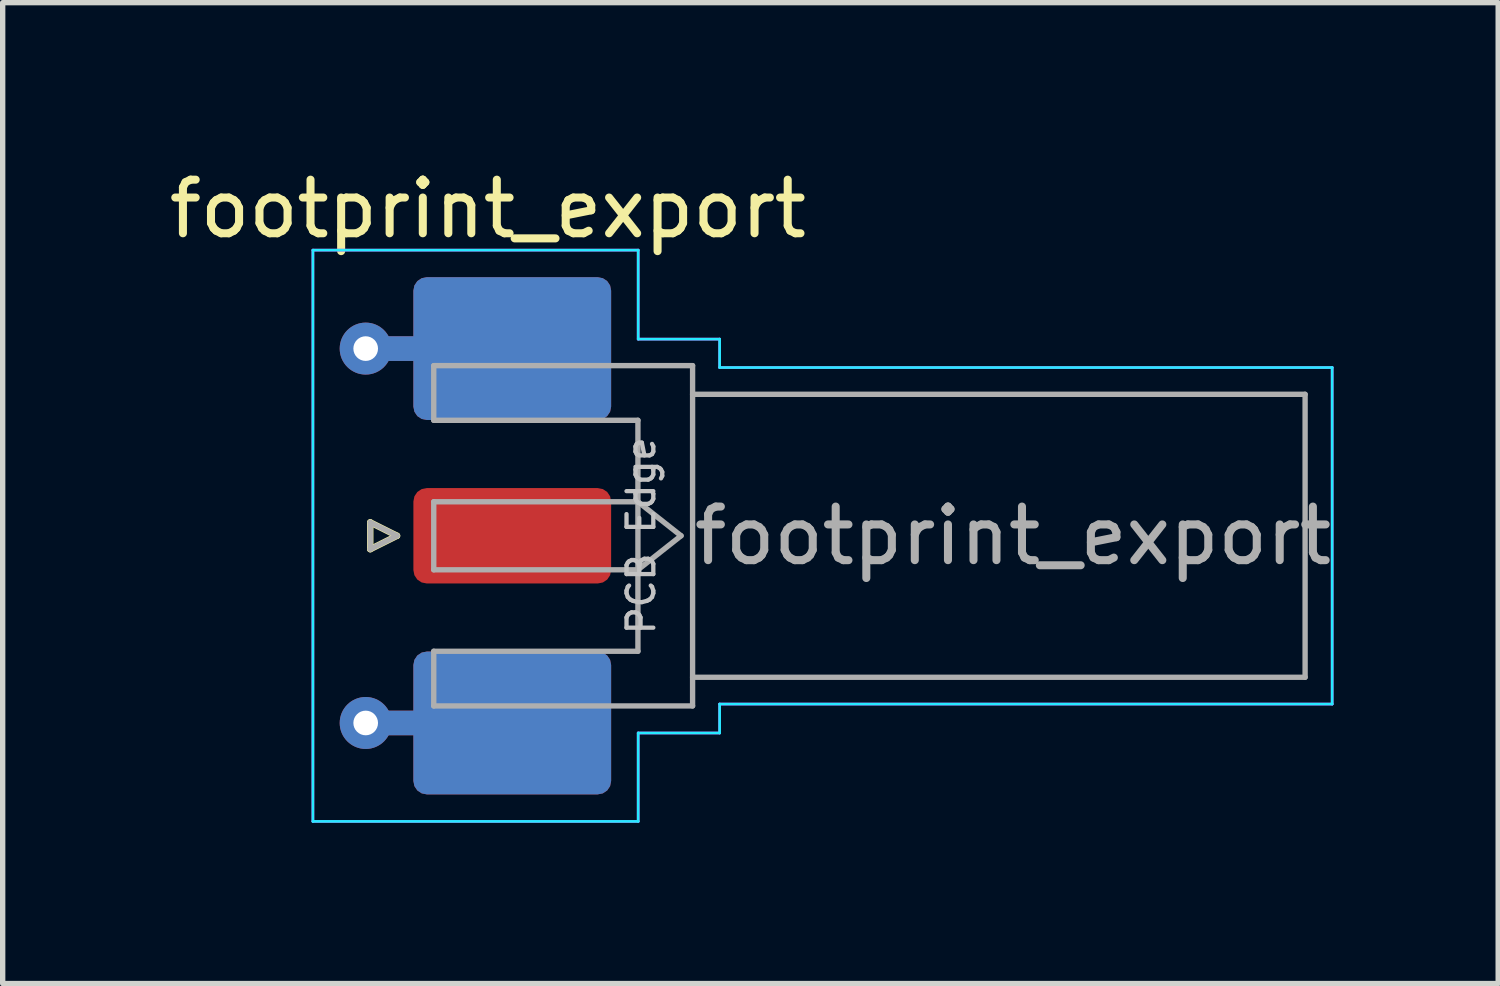
<source format=kicad_pcb>
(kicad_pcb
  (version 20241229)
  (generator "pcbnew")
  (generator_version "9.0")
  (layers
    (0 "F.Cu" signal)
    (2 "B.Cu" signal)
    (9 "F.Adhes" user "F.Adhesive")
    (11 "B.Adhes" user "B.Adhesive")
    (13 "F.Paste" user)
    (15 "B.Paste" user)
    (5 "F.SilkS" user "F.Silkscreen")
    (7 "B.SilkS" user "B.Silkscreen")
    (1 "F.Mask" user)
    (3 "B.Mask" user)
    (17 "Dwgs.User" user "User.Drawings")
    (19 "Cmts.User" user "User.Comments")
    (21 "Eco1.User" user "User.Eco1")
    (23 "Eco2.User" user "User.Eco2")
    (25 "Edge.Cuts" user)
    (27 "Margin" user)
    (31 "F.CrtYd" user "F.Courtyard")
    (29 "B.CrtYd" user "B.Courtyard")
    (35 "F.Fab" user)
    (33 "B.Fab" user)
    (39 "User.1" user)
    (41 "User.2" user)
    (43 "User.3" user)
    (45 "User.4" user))
  (footprint "footprint_export"
    (layer "F.Cu")
    (at 6.759 6.948)
    (property "Reference" "footprint_export" (at -0.705 -6.1 0) (layer "F.SilkS") (effects (font (size 1 1) (thickness 0.15))))
    (attr smd)
    (fp_line (start -0.25 -3.493) (end -2.985 -3.493) (stroke (width 0.46) (type default)) (layer "F.Cu"))
    (fp_line (start -0.25 3.493) (end -2.985 3.493) (stroke (width 0.46) (type default)) (layer "F.Cu"))
    (fp_line (start -0.25 -3.493) (end -2.985 -3.493) (stroke (width 0.46) (type default)) (layer "B.Cu"))
    (fp_line (start -0.25 3.493) (end -2.985 3.493) (stroke (width 0.46) (type default)) (layer "B.Cu"))
    (fp_line (start -2.9 -0.25) (end -2.9 0.25) (stroke (width 0.12) (type solid)) (layer "F.SilkS"))
    (fp_line (start -2.9 0.25) (end -2.4 0) (stroke (width 0.12) (type solid)) (layer "F.SilkS"))
    (fp_line (start -2.4 0) (end -2.9 -0.25) (stroke (width 0.12) (type solid)) (layer "F.SilkS"))
    (fp_line (start -3.97 -5.33) (end -3.97 5.33) (stroke (width 0.05) (type solid)) (layer "B.CrtYd"))
    (fp_line (start -3.97 -5.33) (end 2.1 -5.33) (stroke (width 0.05) (type solid)) (layer "B.CrtYd"))
    (fp_line (start 2.1 -5.33) (end 2.1 -3.67) (stroke (width 0.05) (type default)) (layer "B.CrtYd"))
    (fp_line (start 2.1 -3.67) (end 3.62 -3.67) (stroke (width 0.05) (type default)) (layer "B.CrtYd"))
    (fp_line (start 2.1 3.68) (end 3.62 3.68) (stroke (width 0.05) (type default)) (layer "B.CrtYd"))
    (fp_line (start 2.1 5.33) (end -3.97 5.33) (stroke (width 0.05) (type solid)) (layer "B.CrtYd"))
    (fp_line (start 2.1 5.33) (end 2.1 3.68) (stroke (width 0.05) (type default)) (layer "B.CrtYd"))
    (fp_line (start 3.62 -3.67) (end 3.62 -3.14) (stroke (width 0.05) (type default)) (layer "B.CrtYd"))
    (fp_line (start 3.62 -3.14) (end 15.05 -3.14) (stroke (width 0.05) (type default)) (layer "B.CrtYd"))
    (fp_line (start 3.62 3.14) (end 15.05 3.14) (stroke (width 0.05) (type default)) (layer "B.CrtYd"))
    (fp_line (start 3.62 3.68) (end 3.62 3.14) (stroke (width 0.05) (type default)) (layer "B.CrtYd"))
    (fp_line (start 15.05 -3.14) (end 15.05 3.14) (stroke (width 0.05) (type solid)) (layer "B.CrtYd"))
    (fp_line (start -3.97 -5.33) (end -3.97 5.33) (stroke (width 0.05) (type solid)) (layer "F.CrtYd"))
    (fp_line (start -3.97 -5.33) (end 2.1 -5.33) (stroke (width 0.05) (type solid)) (layer "F.CrtYd"))
    (fp_line (start 2.1 -5.33) (end 2.1 -3.67) (stroke (width 0.05) (type default)) (layer "F.CrtYd"))
    (fp_line (start 2.1 -3.67) (end 3.62 -3.67) (stroke (width 0.05) (type default)) (layer "F.CrtYd"))
    (fp_line (start 2.1 3.68) (end 3.62 3.68) (stroke (width 0.05) (type default)) (layer "F.CrtYd"))
    (fp_line (start 2.1 5.33) (end -3.97 5.33) (stroke (width 0.05) (type solid)) (layer "F.CrtYd"))
    (fp_line (start 2.1 5.33) (end 2.1 3.68) (stroke (width 0.05) (type default)) (layer "F.CrtYd"))
    (fp_line (start 3.62 -3.67) (end 3.62 -3.14) (stroke (width 0.05) (type default)) (layer "F.CrtYd"))
    (fp_line (start 3.62 -3.14) (end 15.05 -3.14) (stroke (width 0.05) (type default)) (layer "F.CrtYd"))
    (fp_line (start 3.62 3.14) (end 15.05 3.14) (stroke (width 0.05) (type default)) (layer "F.CrtYd"))
    (fp_line (start 3.62 3.68) (end 3.62 3.14) (stroke (width 0.05) (type default)) (layer "F.CrtYd"))
    (fp_line (start 15.05 -3.14) (end 15.05 3.14) (stroke (width 0.05) (type solid)) (layer "F.CrtYd"))
    (fp_line (start -2.9 -0.25) (end -2.4 0) (stroke (width 0.1) (type solid)) (layer "F.Fab"))
    (fp_line (start -2.9 0.25) (end -2.9 -0.25) (stroke (width 0.1) (type solid)) (layer "F.Fab"))
    (fp_line (start -2.4 0) (end -2.9 0.25) (stroke (width 0.1) (type solid)) (layer "F.Fab"))
    (fp_line (start -1.715 -3.175) (end -1.715 -2.155) (stroke (width 0.1) (type solid)) (layer "F.Fab"))
    (fp_line (start -1.715 -3.175) (end 3.115 -3.175) (stroke (width 0.1) (type solid)) (layer "F.Fab"))
    (fp_line (start -1.715 -0.635) (end -1.715 0.635) (stroke (width 0.1) (type solid)) (layer "F.Fab"))
    (fp_line (start -1.715 3.175) (end -1.715 2.155) (stroke (width 0.1) (type solid)) (layer "F.Fab"))
    (fp_line (start 2.095 -2.155) (end -1.715 -2.155) (stroke (width 0.1) (type solid)) (layer "F.Fab"))
    (fp_line (start 2.095 -2.155) (end 2.095 2.155) (stroke (width 0.1) (type solid)) (layer "F.Fab"))
    (fp_line (start 2.095 -0.635) (end -1.715 -0.635) (stroke (width 0.1) (type solid)) (layer "F.Fab"))
    (fp_line (start 2.095 -0.635) (end 2.9 0) (stroke (width 0.1) (type solid)) (layer "F.Fab"))
    (fp_line (start 2.095 0.635) (end -1.715 0.635) (stroke (width 0.1) (type solid)) (layer "F.Fab"))
    (fp_line (start 2.095 2.155) (end -1.715 2.155) (stroke (width 0.1) (type solid)) (layer "F.Fab"))
    (fp_line (start 2.9 0) (end 2.095 0.635) (stroke (width 0.1) (type solid)) (layer "F.Fab"))
    (fp_line (start 3.115 -3.175) (end 3.115 3.175) (stroke (width 0.1) (type solid)) (layer "F.Fab"))
    (fp_line (start 3.115 3.175) (end -1.715 3.175) (stroke (width 0.1) (type solid)) (layer "F.Fab"))
    (fp_line (start 14.545 -2.64) (end 3.115 -2.64) (stroke (width 0.1) (type solid)) (layer "F.Fab"))
    (fp_line (start 14.545 -2.64) (end 14.545 2.64) (stroke (width 0.1) (type solid)) (layer "F.Fab"))
    (fp_line (start 14.545 2.64) (end 3.115 2.64) (stroke (width 0.1) (type solid)) (layer "F.Fab"))
    (fp_text user "PCB Edge" (at 2.155 0 270) (layer "Dwgs.User") (effects (font (size 0.5 0.5) (thickness 0.08))))
    (fp_text user "${REFERENCE}" (at 9.095 0 0) (layer "F.Fab") (effects (font (size 1 1) (thickness 0.15))))
    (pad "1" smd roundrect (at -0.25 0) (size 3.69 1.78) (layers "F.Cu" "F.Mask" "F.Paste") (roundrect_rratio 0.14))
    (pad "2" thru_hole circle (at -2.985 -3.493) (size 0.97 0.97) (drill 0.46) (layers "*.Cu"))
    (pad "2" thru_hole circle (at -2.985 3.493) (size 0.97 0.97) (drill 0.46) (layers "*.Cu"))
    (pad "2" smd roundrect (at -0.25 -3.493) (size 3.69 2.665) (layers "F.Cu" "F.Mask" "F.Paste") (roundrect_rratio 0.094))
    (pad "2" smd roundrect (at -0.25 -3.493) (size 3.69 2.665) (layers "B.Cu" "B.Mask" "B.Paste") (roundrect_rratio 0.094))
    (pad "2" smd roundrect (at -0.25 3.493) (size 3.69 2.665) (layers "F.Cu" "F.Mask" "F.Paste") (roundrect_rratio 0.094))
    (pad "2" smd roundrect (at -0.25 3.493) (size 3.69 2.665) (layers "B.Cu" "B.Mask" "B.Paste") (roundrect_rratio 0.094)))
  (gr_rect
    (start -3 -3)
    (end 24.907 15.303)
    (stroke (width 0.1) (type default))
    (fill no)
    (layer "Edge.Cuts")))
</source>
